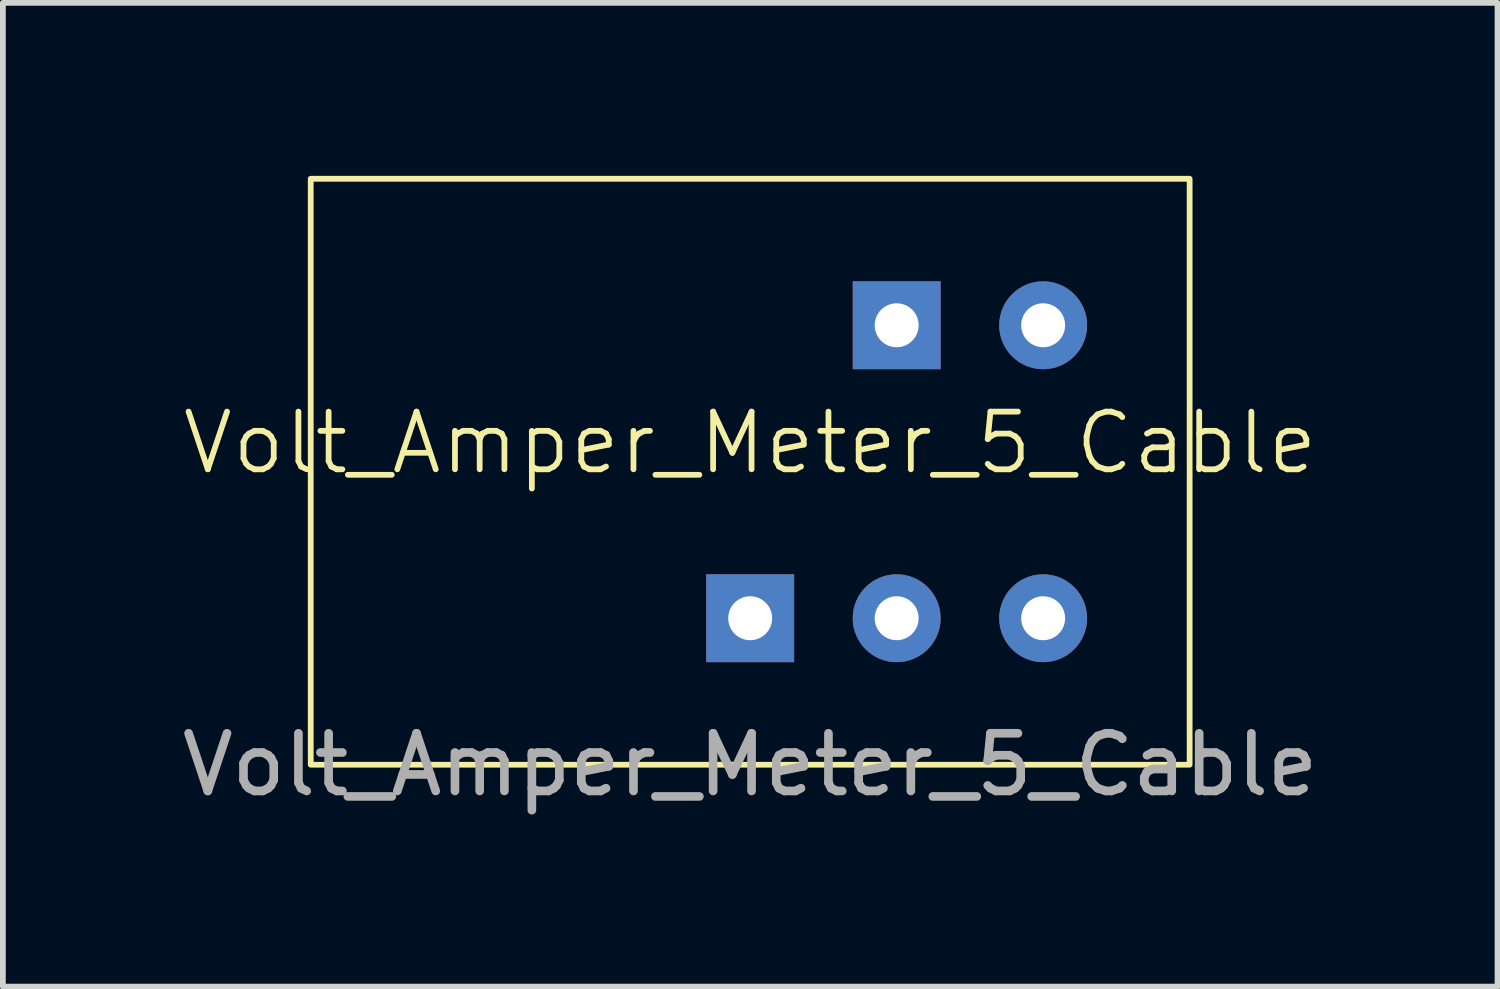
<source format=kicad_pcb>
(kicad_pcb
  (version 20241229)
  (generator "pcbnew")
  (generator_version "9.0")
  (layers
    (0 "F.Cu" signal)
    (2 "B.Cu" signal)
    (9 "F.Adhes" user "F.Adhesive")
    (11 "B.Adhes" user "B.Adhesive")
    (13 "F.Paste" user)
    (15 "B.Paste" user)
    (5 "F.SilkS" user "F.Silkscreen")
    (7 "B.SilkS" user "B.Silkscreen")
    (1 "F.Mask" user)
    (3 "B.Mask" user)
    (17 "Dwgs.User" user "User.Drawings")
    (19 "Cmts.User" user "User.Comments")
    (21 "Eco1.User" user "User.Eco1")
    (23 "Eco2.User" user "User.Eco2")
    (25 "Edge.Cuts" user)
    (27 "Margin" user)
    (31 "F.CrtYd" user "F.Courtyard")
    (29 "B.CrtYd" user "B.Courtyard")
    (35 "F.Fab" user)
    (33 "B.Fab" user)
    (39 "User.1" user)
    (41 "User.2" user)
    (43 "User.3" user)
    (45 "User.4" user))
  (footprint "Volt_Amper_Meter_5_Cable"
    (layer "F.Cu")
    (at 9.958 5.13)
    (property "Reference" "Volt_Amper_Meter_5_Cable" (at 0 -0.5 0) (unlocked yes) (layer "F.SilkS") (effects (font (size 1 1) (thickness 0.1))))
    (attr through_hole)
    (fp_rect (start -7.62 -5.08) (end 7.62 5.08) (stroke (width 0.1) (type default)) (fill no) (layer "F.SilkS"))
    (fp_text user "${REFERENCE}" (at 0 5.08 0) (unlocked yes) (layer "F.Fab") (effects (font (size 1 1) (thickness 0.15))))
    (pad "1" thru_hole circle (at 5.08 -2.54) (size 1.524 1.524) (drill 0.762) (layers "*.Cu" "*.Mask"))
    (pad "2" thru_hole rect (at 2.54 -2.54) (size 1.524 1.524) (drill 0.762) (layers "*.Cu" "*.Mask"))
    (pad "3" thru_hole circle (at 5.08 2.54) (size 1.524 1.524) (drill 0.762) (layers "*.Cu" "*.Mask"))
    (pad "4" thru_hole circle (at 2.54 2.54) (size 1.524 1.524) (drill 0.762) (layers "*.Cu" "*.Mask"))
    (pad "5" thru_hole rect (at 0 2.54) (size 1.524 1.524) (drill 0.762) (layers "*.Cu" "*.Mask")))
  (gr_rect
    (start -3 -3)
    (end 22.917 14.058)
    (stroke (width 0.1) (type default))
    (fill no)
    (layer "Edge.Cuts")))
</source>
